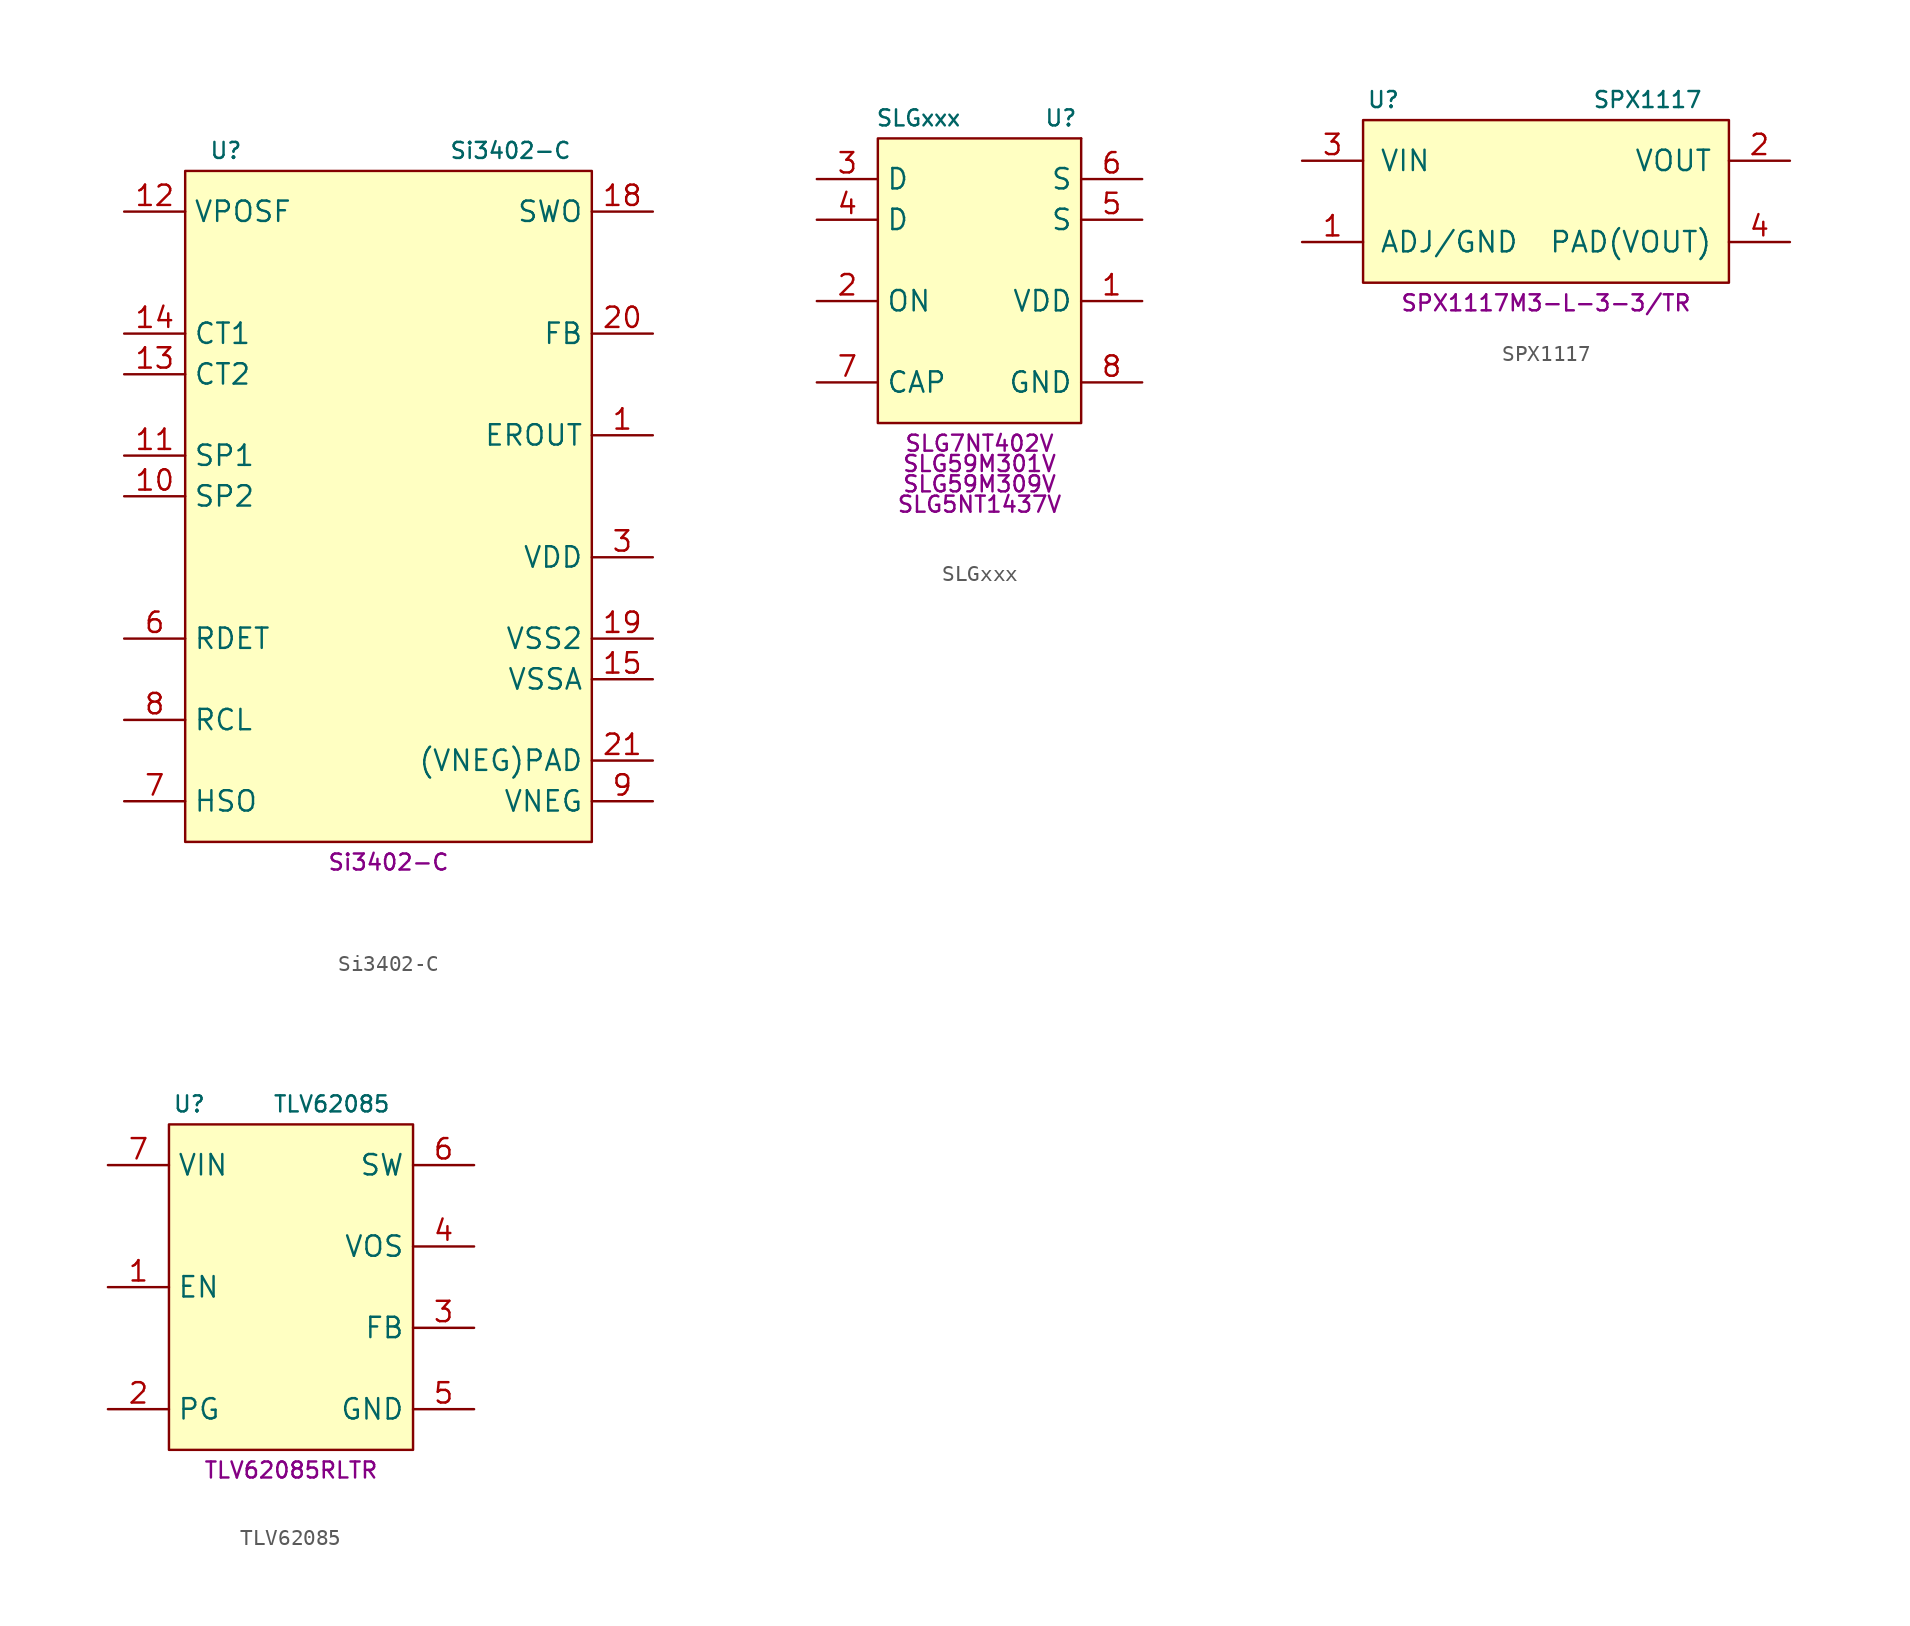
<source format=kicad_sym>
(kicad_symbol_lib
  (version 20231120)
  (generator "kicad_symbol_editor")
  (generator_version "8.0")
  (symbol "Si3402-C"
    (property "Reference" "U"
      (at -10.16 21.59 0)
      (effects (font (size 1 1))))
    (property "Value" "Si3402-C"
      (at 7.62 21.59 0)
      (effects (font (size 1 1))))
    (property "MPN" "Si3402-C"
      (at 0 -22.86 0)
      (effects (font (size 1 1))))
    (symbol "Si3402-C_0_1"
      (rectangle (start -12.7 -21.59) (end 12.7 20.32) (stroke (width 0) (type default)) (fill (type background))))
    (symbol "Si3402-C_1_1"
      (pin bidirectional line (at 16.51 3.81 180) (length 3.81) (name "EROUT" (effects (font (size 1.27 1.27)))) (number "1" (effects (font (size 1.27 1.27)))))
      (pin power_in line (at -16.51 0 0) (length 3.81) (name "SP2" (effects (font (size 1.27 1.27)))) (number "10" (effects (font (size 1.27 1.27)))))
      (pin power_in line (at -16.51 2.54 0) (length 3.81) (name "SP1" (effects (font (size 1.27 1.27)))) (number "11" (effects (font (size 1.27 1.27)))))
      (pin power_in line (at -16.51 17.78 0) (length 3.81) (name "VPOSF" (effects (font (size 1.27 1.27)))) (number "12" (effects (font (size 1.27 1.27)))))
      (pin power_in line (at -16.51 7.62 0) (length 3.81) (name "CT2" (effects (font (size 1.27 1.27)))) (number "13" (effects (font (size 1.27 1.27)))))
      (pin power_in line (at -16.51 10.16 0) (length 3.81) (name "CT1" (effects (font (size 1.27 1.27)))) (number "14" (effects (font (size 1.27 1.27)))))
      (pin power_in line (at 16.51 -11.43 180) (length 3.81) (name "VSSA" (effects (font (size 1.27 1.27)))) (number "15" (effects (font (size 1.27 1.27)))))
      (pin output line (at 16.51 17.78 180) (length 3.81) (name "SWO" (effects (font (size 1.27 1.27)))) (number "18" (effects (font (size 1.27 1.27)))))
      (pin power_in line (at 16.51 -8.89 180) (length 3.81) (name "VSS2" (effects (font (size 1.27 1.27)))) (number "19" (effects (font (size 1.27 1.27)))))
      (pin input line (at 16.51 10.16 180) (length 3.81) (name "FB" (effects (font (size 1.27 1.27)))) (number "20" (effects (font (size 1.27 1.27)))))
      (pin power_in line (at 16.51 -16.51 180) (length 3.81) (name "(VNEG)PAD" (effects (font (size 1.27 1.27)))) (number "21" (effects (font (size 1.27 1.27)))))
      (pin power_in line (at 16.51 -3.81 180) (length 3.81) (name "VDD" (effects (font (size 1.27 1.27)))) (number "3" (effects (font (size 1.27 1.27)))))
      (pin input line (at -16.51 -8.89 0) (length 3.81) (name "RDET" (effects (font (size 1.27 1.27)))) (number "6" (effects (font (size 1.27 1.27)))))
      (pin output line (at -16.51 -19.05 0) (length 3.81) (name "HSO" (effects (font (size 1.27 1.27)))) (number "7" (effects (font (size 1.27 1.27)))))
      (pin input line (at -16.51 -13.97 0) (length 3.81) (name "RCL" (effects (font (size 1.27 1.27)))) (number "8" (effects (font (size 1.27 1.27)))))
      (pin power_in line (at 16.51 -19.05 180) (length 3.81) (name "VNEG" (effects (font (size 1.27 1.27)))) (number "9" (effects (font (size 1.27 1.27)))))))
  (symbol "SLGxxx"
    (property "Reference" "U"
      (at 5.08 11.43 0)
      (effects (font (size 1 1))))
    (property "Value" "SLGxxx"
      (at -3.81 11.43 0)
      (effects (font (size 1 1))))
    (property "MPN" "SLG7NT402V"
      (at 0 -8.89 0)
      (effects (font (size 1 1))))
    (property "MPN2" "SLG59M301V"
      (at 0 -10.16 0)
      (effects (font (size 1 1))))
    (property "MPN3" "SLG59M309V"
      (at 0 -11.43 0)
      (effects (font (size 1 1))))
    (property "MPN4" "SLG5NT1437V"
      (at 0 -12.7 0)
      (effects (font (size 1 1))))
    (symbol "SLGxxx_0_1"
      (rectangle (start 6.35 10.16) (end 6.35 10.16) (stroke (width 0) (type default)) (fill (type none))))
    (symbol "SLGxxx_1_1"
      (rectangle (start -6.35 10.16) (end 6.35 -7.62) (stroke (width 0) (type default)) (fill (type background)))
      (pin power_in line (at 10.16 0 180) (length 3.81) (name "VDD" (effects (font (size 1.27 1.27)))) (number "1" (effects (font (size 1.27 1.27)))))
      (pin input line (at -10.16 0 0) (length 3.81) (name "ON" (effects (font (size 1.27 1.27)))) (number "2" (effects (font (size 1.27 1.27)))))
      (pin power_in line (at -10.16 7.62 0) (length 3.81) (name "D" (effects (font (size 1.27 1.27)))) (number "3" (effects (font (size 1.27 1.27)))))
      (pin power_in line (at -10.16 5.08 0) (length 3.81) (name "D" (effects (font (size 1.27 1.27)))) (number "4" (effects (font (size 1.27 1.27)))))
      (pin power_out line (at 10.16 5.08 180) (length 3.81) (name "S" (effects (font (size 1.27 1.27)))) (number "5" (effects (font (size 1.27 1.27)))))
      (pin power_out line (at 10.16 7.62 180) (length 3.81) (name "S" (effects (font (size 1.27 1.27)))) (number "6" (effects (font (size 1.27 1.27)))))
      (pin passive line (at -10.16 -5.08 0) (length 3.81) (name "CAP" (effects (font (size 1.27 1.27)))) (number "7" (effects (font (size 1.27 1.27)))))
      (pin power_in line (at 10.16 -5.08 180) (length 3.81) (name "GND" (effects (font (size 1.27 1.27)))) (number "8" (effects (font (size 1.27 1.27)))))))
  (symbol "SPX1117"
    (pin_names
      (offset 1.016))
    (property "Reference" "U"
      (at -10.16 6.35 0)
      (effects (font (size 1 1))))
    (property "Value" "SPX1117"
      (at 6.35 6.35 0)
      (effects (font (size 1 1))))
    (property "MPN" "SPX1117M3-L-3-3/TR"
      (at 0 -6.35 0)
      (effects (font (size 1 1))))
    (symbol "SPX1117_1_1"
      (rectangle (start -11.43 5.08) (end 11.43 -5.08) (stroke (width 0) (type default)) (fill (type background)))
      (pin power_in line (at -15.24 -2.54 0) (length 3.81) (name "ADJ/GND" (effects (font (size 1.27 1.27)))) (number "1" (effects (font (size 1.27 1.27)))))
      (pin power_out line (at 15.24 2.54 180) (length 3.81) (name "VOUT" (effects (font (size 1.27 1.27)))) (number "2" (effects (font (size 1.27 1.27)))))
      (pin power_in line (at -15.24 2.54 0) (length 3.81) (name "VIN" (effects (font (size 1.27 1.27)))) (number "3" (effects (font (size 1.27 1.27)))))
      (pin power_out line (at 15.24 -2.54 180) (length 3.81) (name "PAD(VOUT)" (effects (font (size 1.27 1.27)))) (number "4" (effects (font (size 1.27 1.27)))))))
  (symbol "TLV62085"
    (property "Reference" "U"
      (at -6.35 11.43 0)
      (effects (font (size 1 1))))
    (property "Value" "TLV62085"
      (at 2.54 11.43 0)
      (effects (font (size 1 1))))
    (property "MPN" "TLV62085RLTR"
      (at 0 -11.43 0)
      (effects (font (size 1 1))))
    (symbol "TLV62085_0_1"
      (rectangle (start -7.62 10.16) (end 7.62 -10.16) (stroke (width 0) (type default)) (fill (type background))))
    (symbol "TLV62085_1_1"
      (pin input line (at -11.43 0 0) (length 3.81) (name "EN" (effects (font (size 1.27 1.27)))) (number "1" (effects (font (size 1.27 1.27)))))
      (pin open_collector line (at -11.43 -7.62 0) (length 3.81) (name "PG" (effects (font (size 1.27 1.27)))) (number "2" (effects (font (size 1.27 1.27)))))
      (pin passive line (at 11.43 -2.54 180) (length 3.81) (name "FB" (effects (font (size 1.27 1.27)))) (number "3" (effects (font (size 1.27 1.27)))))
      (pin passive line (at 11.43 2.54 180) (length 3.81) (name "VOS" (effects (font (size 1.27 1.27)))) (number "4" (effects (font (size 1.27 1.27)))))
      (pin power_in line (at 11.43 -7.62 180) (length 3.81) (name "GND" (effects (font (size 1.27 1.27)))) (number "5" (effects (font (size 1.27 1.27)))))
      (pin power_out line (at 11.43 7.62 180) (length 3.81) (name "SW" (effects (font (size 1.27 1.27)))) (number "6" (effects (font (size 1.27 1.27)))))
      (pin power_in line (at -11.43 7.62 0) (length 3.81) (name "VIN" (effects (font (size 1.27 1.27)))) (number "7" (effects (font (size 1.27 1.27))))))))
</source>
